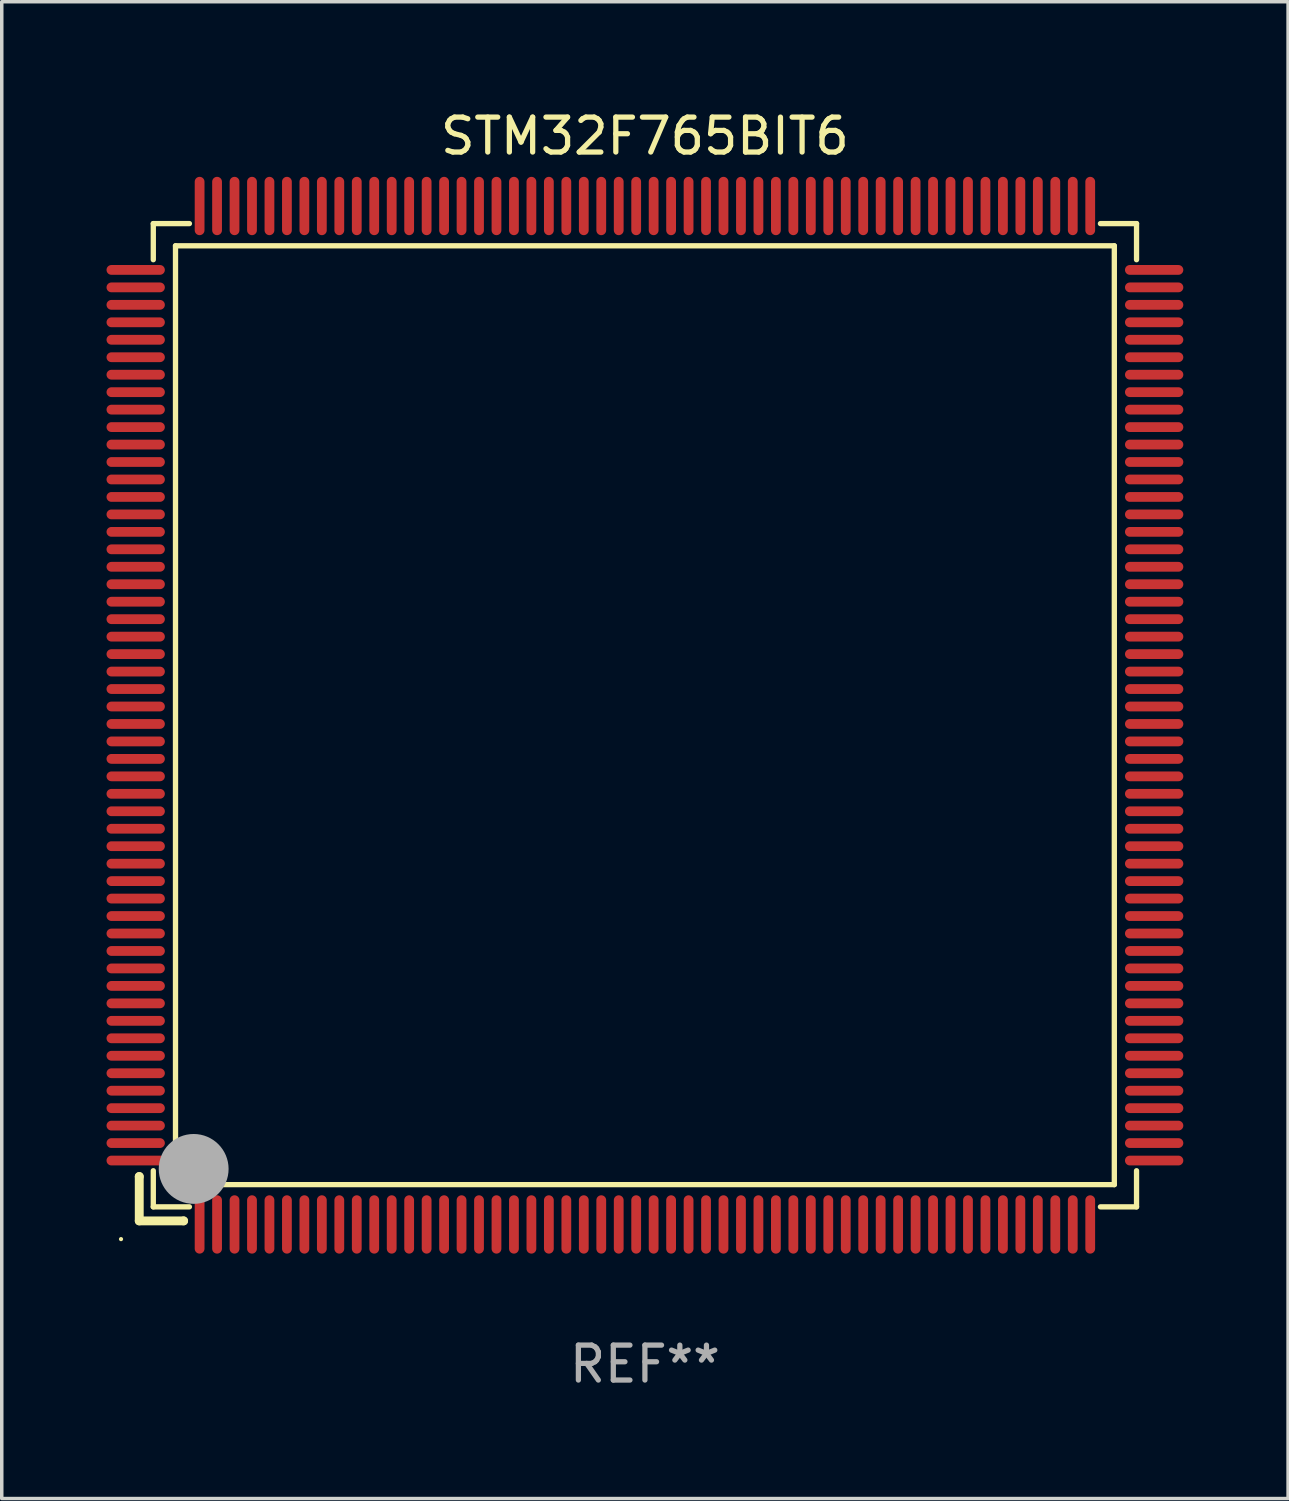
<source format=kicad_pcb>
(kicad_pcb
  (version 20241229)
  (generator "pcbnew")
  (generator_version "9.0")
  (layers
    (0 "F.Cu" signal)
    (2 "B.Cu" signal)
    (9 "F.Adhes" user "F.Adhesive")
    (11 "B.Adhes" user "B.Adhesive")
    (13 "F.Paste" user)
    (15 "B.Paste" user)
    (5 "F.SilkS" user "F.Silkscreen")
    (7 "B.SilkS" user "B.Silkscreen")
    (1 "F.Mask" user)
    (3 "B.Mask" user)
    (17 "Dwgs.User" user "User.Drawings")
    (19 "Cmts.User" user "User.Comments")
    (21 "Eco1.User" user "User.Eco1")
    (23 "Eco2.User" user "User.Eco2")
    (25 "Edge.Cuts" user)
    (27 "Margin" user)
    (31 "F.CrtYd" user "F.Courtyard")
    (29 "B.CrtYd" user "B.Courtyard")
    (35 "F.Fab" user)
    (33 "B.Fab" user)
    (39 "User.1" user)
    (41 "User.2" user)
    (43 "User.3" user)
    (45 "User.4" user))
  (footprint "STM32F765BIT6"
    (layer "F.Cu")
    (at 15.415 17.428)
    (property "Reference" "STM32F765BIT6" (at 0 -16.58 0) (layer "F.SilkS") (effects (font (size 1 1) (thickness 0.15))))
    (attr through_hole)
    (fp_line (start -14.478 13.208) (end -14.478 13.208) (stroke (width 0.254) (type solid)) (layer "F.SilkS"))
    (fp_line (start -14.478 13.208) (end -14.478 14.478) (stroke (width 0.254) (type solid)) (layer "F.SilkS"))
    (fp_line (start -14.478 14.478) (end -13.208 14.478) (stroke (width 0.254) (type solid)) (layer "F.SilkS"))
    (fp_line (start -14.076 -14.076) (end -14.076 -13.042) (stroke (width 0.152) (type solid)) (layer "F.SilkS"))
    (fp_line (start -14.076 14.076) (end -14.076 13.042) (stroke (width 0.152) (type solid)) (layer "F.SilkS"))
    (fp_line (start -13.44 -13.44) (end 13.44 -13.44) (stroke (width 0.152) (type solid)) (layer "F.SilkS"))
    (fp_line (start -13.44 13.44) (end -13.44 -13.44) (stroke (width 0.152) (type solid)) (layer "F.SilkS"))
    (fp_line (start -13.208 14.478) (end -13.208 14.478) (stroke (width 0.254) (type solid)) (layer "F.SilkS"))
    (fp_line (start -13.042 -14.076) (end -14.076 -14.076) (stroke (width 0.152) (type solid)) (layer "F.SilkS"))
    (fp_line (start -13.042 14.076) (end -14.076 14.076) (stroke (width 0.152) (type solid)) (layer "F.SilkS"))
    (fp_line (start 13.042 -14.076) (end 14.076 -14.076) (stroke (width 0.152) (type solid)) (layer "F.SilkS"))
    (fp_line (start 13.042 14.076) (end 14.076 14.076) (stroke (width 0.152) (type solid)) (layer "F.SilkS"))
    (fp_line (start 13.44 -13.44) (end 13.44 13.44) (stroke (width 0.152) (type solid)) (layer "F.SilkS"))
    (fp_line (start 13.44 13.44) (end -13.44 13.44) (stroke (width 0.152) (type solid)) (layer "F.SilkS"))
    (fp_line (start 14.076 -14.076) (end 14.076 -13.042) (stroke (width 0.152) (type solid)) (layer "F.SilkS"))
    (fp_line (start 14.076 14.076) (end 14.076 13.042) (stroke (width 0.152) (type solid)) (layer "F.SilkS"))
    (fp_circle (center -15 15) (end -14.97 15) (stroke (width 0.06) (type solid)) (fill no) (layer "F.SilkS"))
    (fp_circle (center -13.138 13.138) (end -13.063 13.138) (stroke (width 0.15) (type solid)) (fill no) (layer "F.SilkS"))
    (fp_circle (center -12.92 12.99) (end -12.42 12.99) (stroke (width 1) (type solid)) (fill no) (layer "F.Fab"))
    (fp_text user "REF**" (at 0 18.58 0) (layer "F.Fab") (effects (font (size 1 1) (thickness 0.15))))
    (pad "1" smd oval (at -12.75 14.58) (size 0.28 1.67) (layers "F.Cu" "F.Mask" "F.Paste"))
    (pad "2" smd oval (at -12.25 14.58) (size 0.28 1.67) (layers "F.Cu" "F.Mask" "F.Paste"))
    (pad "3" smd oval (at -11.75 14.58) (size 0.28 1.67) (layers "F.Cu" "F.Mask" "F.Paste"))
    (pad "4" smd oval (at -11.25 14.58) (size 0.28 1.67) (layers "F.Cu" "F.Mask" "F.Paste"))
    (pad "5" smd oval (at -10.75 14.58) (size 0.28 1.67) (layers "F.Cu" "F.Mask" "F.Paste"))
    (pad "6" smd oval (at -10.25 14.58) (size 0.28 1.67) (layers "F.Cu" "F.Mask" "F.Paste"))
    (pad "7" smd oval (at -9.75 14.58) (size 0.28 1.67) (layers "F.Cu" "F.Mask" "F.Paste"))
    (pad "8" smd oval (at -9.25 14.58) (size 0.28 1.67) (layers "F.Cu" "F.Mask" "F.Paste"))
    (pad "9" smd oval (at -8.75 14.58) (size 0.28 1.67) (layers "F.Cu" "F.Mask" "F.Paste"))
    (pad "10" smd oval (at -8.25 14.58) (size 0.28 1.67) (layers "F.Cu" "F.Mask" "F.Paste"))
    (pad "11" smd oval (at -7.75 14.58) (size 0.28 1.67) (layers "F.Cu" "F.Mask" "F.Paste"))
    (pad "12" smd oval (at -7.25 14.58) (size 0.28 1.67) (layers "F.Cu" "F.Mask" "F.Paste"))
    (pad "13" smd oval (at -6.75 14.58) (size 0.28 1.67) (layers "F.Cu" "F.Mask" "F.Paste"))
    (pad "14" smd oval (at -6.25 14.58) (size 0.28 1.67) (layers "F.Cu" "F.Mask" "F.Paste"))
    (pad "15" smd oval (at -5.75 14.58) (size 0.28 1.67) (layers "F.Cu" "F.Mask" "F.Paste"))
    (pad "16" smd oval (at -5.25 14.58) (size 0.28 1.67) (layers "F.Cu" "F.Mask" "F.Paste"))
    (pad "17" smd oval (at -4.75 14.58) (size 0.28 1.67) (layers "F.Cu" "F.Mask" "F.Paste"))
    (pad "18" smd oval (at -4.25 14.58) (size 0.28 1.67) (layers "F.Cu" "F.Mask" "F.Paste"))
    (pad "19" smd oval (at -3.75 14.58) (size 0.28 1.67) (layers "F.Cu" "F.Mask" "F.Paste"))
    (pad "20" smd oval (at -3.25 14.58) (size 0.28 1.67) (layers "F.Cu" "F.Mask" "F.Paste"))
    (pad "21" smd oval (at -2.75 14.58) (size 0.28 1.67) (layers "F.Cu" "F.Mask" "F.Paste"))
    (pad "22" smd oval (at -2.25 14.58) (size 0.28 1.67) (layers "F.Cu" "F.Mask" "F.Paste"))
    (pad "23" smd oval (at -1.75 14.58) (size 0.28 1.67) (layers "F.Cu" "F.Mask" "F.Paste"))
    (pad "24" smd oval (at -1.25 14.58) (size 0.28 1.67) (layers "F.Cu" "F.Mask" "F.Paste"))
    (pad "25" smd oval (at -0.75 14.58) (size 0.28 1.67) (layers "F.Cu" "F.Mask" "F.Paste"))
    (pad "26" smd oval (at -0.25 14.58) (size 0.28 1.67) (layers "F.Cu" "F.Mask" "F.Paste"))
    (pad "27" smd oval (at 0.25 14.58) (size 0.28 1.67) (layers "F.Cu" "F.Mask" "F.Paste"))
    (pad "28" smd oval (at 0.75 14.58) (size 0.28 1.67) (layers "F.Cu" "F.Mask" "F.Paste"))
    (pad "29" smd oval (at 1.25 14.58) (size 0.28 1.67) (layers "F.Cu" "F.Mask" "F.Paste"))
    (pad "30" smd oval (at 1.75 14.58) (size 0.28 1.67) (layers "F.Cu" "F.Mask" "F.Paste"))
    (pad "31" smd oval (at 2.25 14.58) (size 0.28 1.67) (layers "F.Cu" "F.Mask" "F.Paste"))
    (pad "32" smd oval (at 2.75 14.58) (size 0.28 1.67) (layers "F.Cu" "F.Mask" "F.Paste"))
    (pad "33" smd oval (at 3.25 14.58) (size 0.28 1.67) (layers "F.Cu" "F.Mask" "F.Paste"))
    (pad "34" smd oval (at 3.75 14.58) (size 0.28 1.67) (layers "F.Cu" "F.Mask" "F.Paste"))
    (pad "35" smd oval (at 4.25 14.58) (size 0.28 1.67) (layers "F.Cu" "F.Mask" "F.Paste"))
    (pad "36" smd oval (at 4.75 14.58) (size 0.28 1.67) (layers "F.Cu" "F.Mask" "F.Paste"))
    (pad "37" smd oval (at 5.25 14.58) (size 0.28 1.67) (layers "F.Cu" "F.Mask" "F.Paste"))
    (pad "38" smd oval (at 5.75 14.58) (size 0.28 1.67) (layers "F.Cu" "F.Mask" "F.Paste"))
    (pad "39" smd oval (at 6.25 14.58) (size 0.28 1.67) (layers "F.Cu" "F.Mask" "F.Paste"))
    (pad "40" smd oval (at 6.75 14.58) (size 0.28 1.67) (layers "F.Cu" "F.Mask" "F.Paste"))
    (pad "41" smd oval (at 7.25 14.58) (size 0.28 1.67) (layers "F.Cu" "F.Mask" "F.Paste"))
    (pad "42" smd oval (at 7.75 14.58) (size 0.28 1.67) (layers "F.Cu" "F.Mask" "F.Paste"))
    (pad "43" smd oval (at 8.25 14.58) (size 0.28 1.67) (layers "F.Cu" "F.Mask" "F.Paste"))
    (pad "44" smd oval (at 8.75 14.58) (size 0.28 1.67) (layers "F.Cu" "F.Mask" "F.Paste"))
    (pad "45" smd oval (at 9.25 14.58) (size 0.28 1.67) (layers "F.Cu" "F.Mask" "F.Paste"))
    (pad "46" smd oval (at 9.75 14.58) (size 0.28 1.67) (layers "F.Cu" "F.Mask" "F.Paste"))
    (pad "47" smd oval (at 10.25 14.58) (size 0.28 1.67) (layers "F.Cu" "F.Mask" "F.Paste"))
    (pad "48" smd oval (at 10.75 14.58) (size 0.28 1.67) (layers "F.Cu" "F.Mask" "F.Paste"))
    (pad "49" smd oval (at 11.25 14.58) (size 0.28 1.67) (layers "F.Cu" "F.Mask" "F.Paste"))
    (pad "50" smd oval (at 11.75 14.58) (size 0.28 1.67) (layers "F.Cu" "F.Mask" "F.Paste"))
    (pad "51" smd oval (at 12.25 14.58) (size 0.28 1.67) (layers "F.Cu" "F.Mask" "F.Paste"))
    (pad "52" smd oval (at 12.75 14.58) (size 0.28 1.67) (layers "F.Cu" "F.Mask" "F.Paste"))
    (pad "53" smd oval (at 14.58 12.75) (size 1.67 0.28) (layers "F.Cu" "F.Mask" "F.Paste"))
    (pad "54" smd oval (at 14.58 12.25) (size 1.67 0.28) (layers "F.Cu" "F.Mask" "F.Paste"))
    (pad "55" smd oval (at 14.58 11.75) (size 1.67 0.28) (layers "F.Cu" "F.Mask" "F.Paste"))
    (pad "56" smd oval (at 14.58 11.25) (size 1.67 0.28) (layers "F.Cu" "F.Mask" "F.Paste"))
    (pad "57" smd oval (at 14.58 10.75) (size 1.67 0.28) (layers "F.Cu" "F.Mask" "F.Paste"))
    (pad "58" smd oval (at 14.58 10.25) (size 1.67 0.28) (layers "F.Cu" "F.Mask" "F.Paste"))
    (pad "59" smd oval (at 14.58 9.75) (size 1.67 0.28) (layers "F.Cu" "F.Mask" "F.Paste"))
    (pad "60" smd oval (at 14.58 9.25) (size 1.67 0.28) (layers "F.Cu" "F.Mask" "F.Paste"))
    (pad "61" smd oval (at 14.58 8.75) (size 1.67 0.28) (layers "F.Cu" "F.Mask" "F.Paste"))
    (pad "62" smd oval (at 14.58 8.25) (size 1.67 0.28) (layers "F.Cu" "F.Mask" "F.Paste"))
    (pad "63" smd oval (at 14.58 7.75) (size 1.67 0.28) (layers "F.Cu" "F.Mask" "F.Paste"))
    (pad "64" smd oval (at 14.58 7.25) (size 1.67 0.28) (layers "F.Cu" "F.Mask" "F.Paste"))
    (pad "65" smd oval (at 14.58 6.75) (size 1.67 0.28) (layers "F.Cu" "F.Mask" "F.Paste"))
    (pad "66" smd oval (at 14.58 6.25) (size 1.67 0.28) (layers "F.Cu" "F.Mask" "F.Paste"))
    (pad "67" smd oval (at 14.58 5.75) (size 1.67 0.28) (layers "F.Cu" "F.Mask" "F.Paste"))
    (pad "68" smd oval (at 14.58 5.25) (size 1.67 0.28) (layers "F.Cu" "F.Mask" "F.Paste"))
    (pad "69" smd oval (at 14.58 4.75) (size 1.67 0.28) (layers "F.Cu" "F.Mask" "F.Paste"))
    (pad "70" smd oval (at 14.58 4.25) (size 1.67 0.28) (layers "F.Cu" "F.Mask" "F.Paste"))
    (pad "71" smd oval (at 14.58 3.75) (size 1.67 0.28) (layers "F.Cu" "F.Mask" "F.Paste"))
    (pad "72" smd oval (at 14.58 3.25) (size 1.67 0.28) (layers "F.Cu" "F.Mask" "F.Paste"))
    (pad "73" smd oval (at 14.58 2.75) (size 1.67 0.28) (layers "F.Cu" "F.Mask" "F.Paste"))
    (pad "74" smd oval (at 14.58 2.25) (size 1.67 0.28) (layers "F.Cu" "F.Mask" "F.Paste"))
    (pad "75" smd oval (at 14.58 1.75) (size 1.67 0.28) (layers "F.Cu" "F.Mask" "F.Paste"))
    (pad "76" smd oval (at 14.58 1.25) (size 1.67 0.28) (layers "F.Cu" "F.Mask" "F.Paste"))
    (pad "77" smd oval (at 14.58 0.75) (size 1.67 0.28) (layers "F.Cu" "F.Mask" "F.Paste"))
    (pad "78" smd oval (at 14.58 0.25) (size 1.67 0.28) (layers "F.Cu" "F.Mask" "F.Paste"))
    (pad "79" smd oval (at 14.58 -0.25) (size 1.67 0.28) (layers "F.Cu" "F.Mask" "F.Paste"))
    (pad "80" smd oval (at 14.58 -0.75) (size 1.67 0.28) (layers "F.Cu" "F.Mask" "F.Paste"))
    (pad "81" smd oval (at 14.58 -1.25) (size 1.67 0.28) (layers "F.Cu" "F.Mask" "F.Paste"))
    (pad "82" smd oval (at 14.58 -1.75) (size 1.67 0.28) (layers "F.Cu" "F.Mask" "F.Paste"))
    (pad "83" smd oval (at 14.58 -2.25) (size 1.67 0.28) (layers "F.Cu" "F.Mask" "F.Paste"))
    (pad "84" smd oval (at 14.58 -2.75) (size 1.67 0.28) (layers "F.Cu" "F.Mask" "F.Paste"))
    (pad "85" smd oval (at 14.58 -3.25) (size 1.67 0.28) (layers "F.Cu" "F.Mask" "F.Paste"))
    (pad "86" smd oval (at 14.58 -3.75) (size 1.67 0.28) (layers "F.Cu" "F.Mask" "F.Paste"))
    (pad "87" smd oval (at 14.58 -4.25) (size 1.67 0.28) (layers "F.Cu" "F.Mask" "F.Paste"))
    (pad "88" smd oval (at 14.58 -4.75) (size 1.67 0.28) (layers "F.Cu" "F.Mask" "F.Paste"))
    (pad "89" smd oval (at 14.58 -5.25) (size 1.67 0.28) (layers "F.Cu" "F.Mask" "F.Paste"))
    (pad "90" smd oval (at 14.58 -5.75) (size 1.67 0.28) (layers "F.Cu" "F.Mask" "F.Paste"))
    (pad "91" smd oval (at 14.58 -6.25) (size 1.67 0.28) (layers "F.Cu" "F.Mask" "F.Paste"))
    (pad "92" smd oval (at 14.58 -6.75) (size 1.67 0.28) (layers "F.Cu" "F.Mask" "F.Paste"))
    (pad "93" smd oval (at 14.58 -7.25) (size 1.67 0.28) (layers "F.Cu" "F.Mask" "F.Paste"))
    (pad "94" smd oval (at 14.58 -7.75) (size 1.67 0.28) (layers "F.Cu" "F.Mask" "F.Paste"))
    (pad "95" smd oval (at 14.58 -8.25) (size 1.67 0.28) (layers "F.Cu" "F.Mask" "F.Paste"))
    (pad "96" smd oval (at 14.58 -8.75) (size 1.67 0.28) (layers "F.Cu" "F.Mask" "F.Paste"))
    (pad "97" smd oval (at 14.58 -9.25) (size 1.67 0.28) (layers "F.Cu" "F.Mask" "F.Paste"))
    (pad "98" smd oval (at 14.58 -9.75) (size 1.67 0.28) (layers "F.Cu" "F.Mask" "F.Paste"))
    (pad "99" smd oval (at 14.58 -10.25) (size 1.67 0.28) (layers "F.Cu" "F.Mask" "F.Paste"))
    (pad "100" smd oval (at 14.58 -10.75) (size 1.67 0.28) (layers "F.Cu" "F.Mask" "F.Paste"))
    (pad "101" smd oval (at 14.58 -11.25) (size 1.67 0.28) (layers "F.Cu" "F.Mask" "F.Paste"))
    (pad "102" smd oval (at 14.58 -11.75) (size 1.67 0.28) (layers "F.Cu" "F.Mask" "F.Paste"))
    (pad "103" smd oval (at 14.58 -12.25) (size 1.67 0.28) (layers "F.Cu" "F.Mask" "F.Paste"))
    (pad "104" smd oval (at 14.58 -12.75) (size 1.67 0.28) (layers "F.Cu" "F.Mask" "F.Paste"))
    (pad "105" smd oval (at 12.75 -14.58) (size 0.28 1.67) (layers "F.Cu" "F.Mask" "F.Paste"))
    (pad "106" smd oval (at 12.25 -14.58) (size 0.28 1.67) (layers "F.Cu" "F.Mask" "F.Paste"))
    (pad "107" smd oval (at 11.75 -14.58) (size 0.28 1.67) (layers "F.Cu" "F.Mask" "F.Paste"))
    (pad "108" smd oval (at 11.25 -14.58) (size 0.28 1.67) (layers "F.Cu" "F.Mask" "F.Paste"))
    (pad "109" smd oval (at 10.75 -14.58) (size 0.28 1.67) (layers "F.Cu" "F.Mask" "F.Paste"))
    (pad "110" smd oval (at 10.25 -14.58) (size 0.28 1.67) (layers "F.Cu" "F.Mask" "F.Paste"))
    (pad "111" smd oval (at 9.75 -14.58) (size 0.28 1.67) (layers "F.Cu" "F.Mask" "F.Paste"))
    (pad "112" smd oval (at 9.25 -14.58) (size 0.28 1.67) (layers "F.Cu" "F.Mask" "F.Paste"))
    (pad "113" smd oval (at 8.75 -14.58) (size 0.28 1.67) (layers "F.Cu" "F.Mask" "F.Paste"))
    (pad "114" smd oval (at 8.25 -14.58) (size 0.28 1.67) (layers "F.Cu" "F.Mask" "F.Paste"))
    (pad "115" smd oval (at 7.75 -14.58) (size 0.28 1.67) (layers "F.Cu" "F.Mask" "F.Paste"))
    (pad "116" smd oval (at 7.25 -14.58) (size 0.28 1.67) (layers "F.Cu" "F.Mask" "F.Paste"))
    (pad "117" smd oval (at 6.75 -14.58) (size 0.28 1.67) (layers "F.Cu" "F.Mask" "F.Paste"))
    (pad "118" smd oval (at 6.25 -14.58) (size 0.28 1.67) (layers "F.Cu" "F.Mask" "F.Paste"))
    (pad "119" smd oval (at 5.75 -14.58) (size 0.28 1.67) (layers "F.Cu" "F.Mask" "F.Paste"))
    (pad "120" smd oval (at 5.25 -14.58) (size 0.28 1.67) (layers "F.Cu" "F.Mask" "F.Paste"))
    (pad "121" smd oval (at 4.75 -14.58) (size 0.28 1.67) (layers "F.Cu" "F.Mask" "F.Paste"))
    (pad "122" smd oval (at 4.25 -14.58) (size 0.28 1.67) (layers "F.Cu" "F.Mask" "F.Paste"))
    (pad "123" smd oval (at 3.75 -14.58) (size 0.28 1.67) (layers "F.Cu" "F.Mask" "F.Paste"))
    (pad "124" smd oval (at 3.25 -14.58) (size 0.28 1.67) (layers "F.Cu" "F.Mask" "F.Paste"))
    (pad "125" smd oval (at 2.75 -14.58) (size 0.28 1.67) (layers "F.Cu" "F.Mask" "F.Paste"))
    (pad "126" smd oval (at 2.25 -14.58) (size 0.28 1.67) (layers "F.Cu" "F.Mask" "F.Paste"))
    (pad "127" smd oval (at 1.75 -14.58) (size 0.28 1.67) (layers "F.Cu" "F.Mask" "F.Paste"))
    (pad "128" smd oval (at 1.25 -14.58) (size 0.28 1.67) (layers "F.Cu" "F.Mask" "F.Paste"))
    (pad "129" smd oval (at 0.75 -14.58) (size 0.28 1.67) (layers "F.Cu" "F.Mask" "F.Paste"))
    (pad "130" smd oval (at 0.25 -14.58) (size 0.28 1.67) (layers "F.Cu" "F.Mask" "F.Paste"))
    (pad "131" smd oval (at -0.25 -14.58) (size 0.28 1.67) (layers "F.Cu" "F.Mask" "F.Paste"))
    (pad "132" smd oval (at -0.75 -14.58) (size 0.28 1.67) (layers "F.Cu" "F.Mask" "F.Paste"))
    (pad "133" smd oval (at -1.25 -14.58) (size 0.28 1.67) (layers "F.Cu" "F.Mask" "F.Paste"))
    (pad "134" smd oval (at -1.75 -14.58) (size 0.28 1.67) (layers "F.Cu" "F.Mask" "F.Paste"))
    (pad "135" smd oval (at -2.25 -14.58) (size 0.28 1.67) (layers "F.Cu" "F.Mask" "F.Paste"))
    (pad "136" smd oval (at -2.75 -14.58) (size 0.28 1.67) (layers "F.Cu" "F.Mask" "F.Paste"))
    (pad "137" smd oval (at -3.25 -14.58) (size 0.28 1.67) (layers "F.Cu" "F.Mask" "F.Paste"))
    (pad "138" smd oval (at -3.75 -14.58) (size 0.28 1.67) (layers "F.Cu" "F.Mask" "F.Paste"))
    (pad "139" smd oval (at -4.25 -14.58) (size 0.28 1.67) (layers "F.Cu" "F.Mask" "F.Paste"))
    (pad "140" smd oval (at -4.75 -14.58) (size 0.28 1.67) (layers "F.Cu" "F.Mask" "F.Paste"))
    (pad "141" smd oval (at -5.25 -14.58) (size 0.28 1.67) (layers "F.Cu" "F.Mask" "F.Paste"))
    (pad "142" smd oval (at -5.75 -14.58) (size 0.28 1.67) (layers "F.Cu" "F.Mask" "F.Paste"))
    (pad "143" smd oval (at -6.25 -14.58) (size 0.28 1.67) (layers "F.Cu" "F.Mask" "F.Paste"))
    (pad "144" smd oval (at -6.75 -14.58) (size 0.28 1.67) (layers "F.Cu" "F.Mask" "F.Paste"))
    (pad "145" smd oval (at -7.25 -14.58) (size 0.28 1.67) (layers "F.Cu" "F.Mask" "F.Paste"))
    (pad "146" smd oval (at -7.75 -14.58) (size 0.28 1.67) (layers "F.Cu" "F.Mask" "F.Paste"))
    (pad "147" smd oval (at -8.25 -14.58) (size 0.28 1.67) (layers "F.Cu" "F.Mask" "F.Paste"))
    (pad "148" smd oval (at -8.75 -14.58) (size 0.28 1.67) (layers "F.Cu" "F.Mask" "F.Paste"))
    (pad "149" smd oval (at -9.25 -14.58) (size 0.28 1.67) (layers "F.Cu" "F.Mask" "F.Paste"))
    (pad "150" smd oval (at -9.75 -14.58) (size 0.28 1.67) (layers "F.Cu" "F.Mask" "F.Paste"))
    (pad "151" smd oval (at -10.25 -14.58) (size 0.28 1.67) (layers "F.Cu" "F.Mask" "F.Paste"))
    (pad "152" smd oval (at -10.75 -14.58) (size 0.28 1.67) (layers "F.Cu" "F.Mask" "F.Paste"))
    (pad "153" smd oval (at -11.25 -14.58) (size 0.28 1.67) (layers "F.Cu" "F.Mask" "F.Paste"))
    (pad "154" smd oval (at -11.75 -14.58) (size 0.28 1.67) (layers "F.Cu" "F.Mask" "F.Paste"))
    (pad "155" smd oval (at -12.25 -14.58) (size 0.28 1.67) (layers "F.Cu" "F.Mask" "F.Paste"))
    (pad "156" smd oval (at -12.75 -14.58) (size 0.28 1.67) (layers "F.Cu" "F.Mask" "F.Paste"))
    (pad "157" smd oval (at -14.58 -12.75) (size 1.67 0.28) (layers "F.Cu" "F.Mask" "F.Paste"))
    (pad "158" smd oval (at -14.58 -12.25) (size 1.67 0.28) (layers "F.Cu" "F.Mask" "F.Paste"))
    (pad "159" smd oval (at -14.58 -11.75) (size 1.67 0.28) (layers "F.Cu" "F.Mask" "F.Paste"))
    (pad "160" smd oval (at -14.58 -11.25) (size 1.67 0.28) (layers "F.Cu" "F.Mask" "F.Paste"))
    (pad "161" smd oval (at -14.58 -10.75) (size 1.67 0.28) (layers "F.Cu" "F.Mask" "F.Paste"))
    (pad "162" smd oval (at -14.58 -10.25) (size 1.67 0.28) (layers "F.Cu" "F.Mask" "F.Paste"))
    (pad "163" smd oval (at -14.58 -9.75) (size 1.67 0.28) (layers "F.Cu" "F.Mask" "F.Paste"))
    (pad "164" smd oval (at -14.58 -9.25) (size 1.67 0.28) (layers "F.Cu" "F.Mask" "F.Paste"))
    (pad "165" smd oval (at -14.58 -8.75) (size 1.67 0.28) (layers "F.Cu" "F.Mask" "F.Paste"))
    (pad "166" smd oval (at -14.58 -8.25) (size 1.67 0.28) (layers "F.Cu" "F.Mask" "F.Paste"))
    (pad "167" smd oval (at -14.58 -7.75) (size 1.67 0.28) (layers "F.Cu" "F.Mask" "F.Paste"))
    (pad "168" smd oval (at -14.58 -7.25) (size 1.67 0.28) (layers "F.Cu" "F.Mask" "F.Paste"))
    (pad "169" smd oval (at -14.58 -6.75) (size 1.67 0.28) (layers "F.Cu" "F.Mask" "F.Paste"))
    (pad "170" smd oval (at -14.58 -6.25) (size 1.67 0.28) (layers "F.Cu" "F.Mask" "F.Paste"))
    (pad "171" smd oval (at -14.58 -5.75) (size 1.67 0.28) (layers "F.Cu" "F.Mask" "F.Paste"))
    (pad "172" smd oval (at -14.58 -5.25) (size 1.67 0.28) (layers "F.Cu" "F.Mask" "F.Paste"))
    (pad "173" smd oval (at -14.58 -4.75) (size 1.67 0.28) (layers "F.Cu" "F.Mask" "F.Paste"))
    (pad "174" smd oval (at -14.58 -4.25) (size 1.67 0.28) (layers "F.Cu" "F.Mask" "F.Paste"))
    (pad "175" smd oval (at -14.58 -3.75) (size 1.67 0.28) (layers "F.Cu" "F.Mask" "F.Paste"))
    (pad "176" smd oval (at -14.58 -3.25) (size 1.67 0.28) (layers "F.Cu" "F.Mask" "F.Paste"))
    (pad "177" smd oval (at -14.58 -2.75) (size 1.67 0.28) (layers "F.Cu" "F.Mask" "F.Paste"))
    (pad "178" smd oval (at -14.58 -2.25) (size 1.67 0.28) (layers "F.Cu" "F.Mask" "F.Paste"))
    (pad "179" smd oval (at -14.58 -1.75) (size 1.67 0.28) (layers "F.Cu" "F.Mask" "F.Paste"))
    (pad "180" smd oval (at -14.58 -1.25) (size 1.67 0.28) (layers "F.Cu" "F.Mask" "F.Paste"))
    (pad "181" smd oval (at -14.58 -0.75) (size 1.67 0.28) (layers "F.Cu" "F.Mask" "F.Paste"))
    (pad "182" smd oval (at -14.58 -0.25) (size 1.67 0.28) (layers "F.Cu" "F.Mask" "F.Paste"))
    (pad "183" smd oval (at -14.58 0.25) (size 1.67 0.28) (layers "F.Cu" "F.Mask" "F.Paste"))
    (pad "184" smd oval (at -14.58 0.75) (size 1.67 0.28) (layers "F.Cu" "F.Mask" "F.Paste"))
    (pad "185" smd oval (at -14.58 1.25) (size 1.67 0.28) (layers "F.Cu" "F.Mask" "F.Paste"))
    (pad "186" smd oval (at -14.58 1.75) (size 1.67 0.28) (layers "F.Cu" "F.Mask" "F.Paste"))
    (pad "187" smd oval (at -14.58 2.25) (size 1.67 0.28) (layers "F.Cu" "F.Mask" "F.Paste"))
    (pad "188" smd oval (at -14.58 2.75) (size 1.67 0.28) (layers "F.Cu" "F.Mask" "F.Paste"))
    (pad "189" smd oval (at -14.58 3.25) (size 1.67 0.28) (layers "F.Cu" "F.Mask" "F.Paste"))
    (pad "190" smd oval (at -14.58 3.75) (size 1.67 0.28) (layers "F.Cu" "F.Mask" "F.Paste"))
    (pad "191" smd oval (at -14.58 4.25) (size 1.67 0.28) (layers "F.Cu" "F.Mask" "F.Paste"))
    (pad "192" smd oval (at -14.58 4.75) (size 1.67 0.28) (layers "F.Cu" "F.Mask" "F.Paste"))
    (pad "193" smd oval (at -14.58 5.25) (size 1.67 0.28) (layers "F.Cu" "F.Mask" "F.Paste"))
    (pad "194" smd oval (at -14.58 5.75) (size 1.67 0.28) (layers "F.Cu" "F.Mask" "F.Paste"))
    (pad "195" smd oval (at -14.58 6.25) (size 1.67 0.28) (layers "F.Cu" "F.Mask" "F.Paste"))
    (pad "196" smd oval (at -14.58 6.75) (size 1.67 0.28) (layers "F.Cu" "F.Mask" "F.Paste"))
    (pad "197" smd oval (at -14.58 7.25) (size 1.67 0.28) (layers "F.Cu" "F.Mask" "F.Paste"))
    (pad "198" smd oval (at -14.58 7.75) (size 1.67 0.28) (layers "F.Cu" "F.Mask" "F.Paste"))
    (pad "199" smd oval (at -14.58 8.25) (size 1.67 0.28) (layers "F.Cu" "F.Mask" "F.Paste"))
    (pad "200" smd oval (at -14.58 8.75) (size 1.67 0.28) (layers "F.Cu" "F.Mask" "F.Paste"))
    (pad "201" smd oval (at -14.58 9.25) (size 1.67 0.28) (layers "F.Cu" "F.Mask" "F.Paste"))
    (pad "202" smd oval (at -14.58 9.75) (size 1.67 0.28) (layers "F.Cu" "F.Mask" "F.Paste"))
    (pad "203" smd oval (at -14.58 10.25) (size 1.67 0.28) (layers "F.Cu" "F.Mask" "F.Paste"))
    (pad "204" smd oval (at -14.58 10.75) (size 1.67 0.28) (layers "F.Cu" "F.Mask" "F.Paste"))
    (pad "205" smd oval (at -14.58 11.25) (size 1.67 0.28) (layers "F.Cu" "F.Mask" "F.Paste"))
    (pad "206" smd oval (at -14.58 11.75) (size 1.67 0.28) (layers "F.Cu" "F.Mask" "F.Paste"))
    (pad "207" smd oval (at -14.58 12.25) (size 1.67 0.28) (layers "F.Cu" "F.Mask" "F.Paste"))
    (pad "208" smd oval (at -14.58 12.75) (size 1.67 0.28) (layers "F.Cu" "F.Mask" "F.Paste")))
  (gr_rect
    (start -3 -3)
    (end 33.83 39.856)
    (stroke (width 0.1) (type default))
    (fill no)
    (layer "Edge.Cuts")))
</source>
